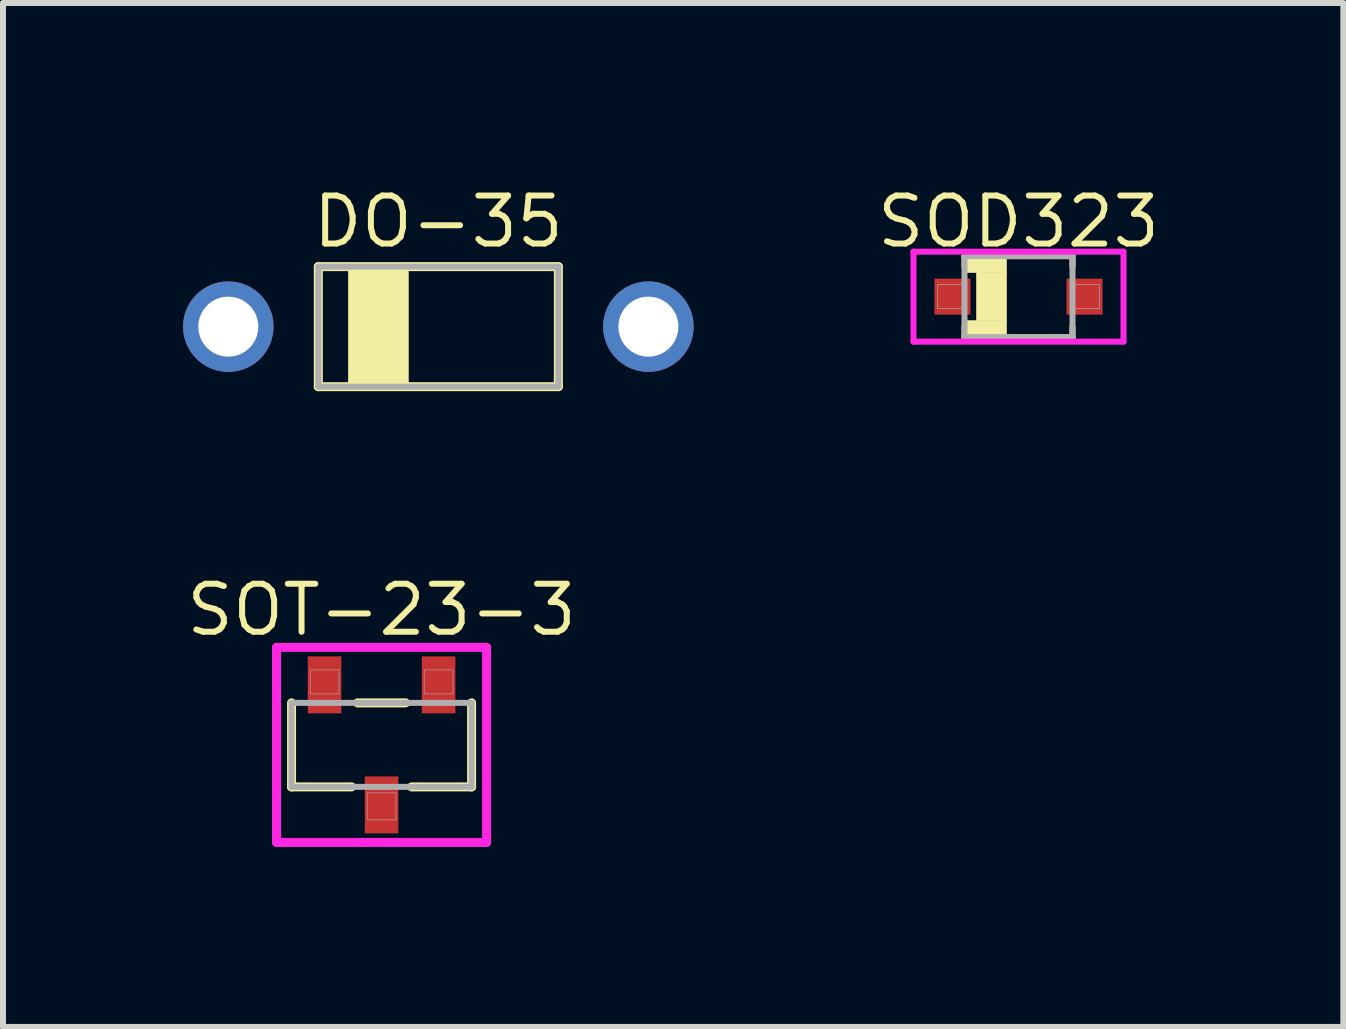
<source format=kicad_pcb>
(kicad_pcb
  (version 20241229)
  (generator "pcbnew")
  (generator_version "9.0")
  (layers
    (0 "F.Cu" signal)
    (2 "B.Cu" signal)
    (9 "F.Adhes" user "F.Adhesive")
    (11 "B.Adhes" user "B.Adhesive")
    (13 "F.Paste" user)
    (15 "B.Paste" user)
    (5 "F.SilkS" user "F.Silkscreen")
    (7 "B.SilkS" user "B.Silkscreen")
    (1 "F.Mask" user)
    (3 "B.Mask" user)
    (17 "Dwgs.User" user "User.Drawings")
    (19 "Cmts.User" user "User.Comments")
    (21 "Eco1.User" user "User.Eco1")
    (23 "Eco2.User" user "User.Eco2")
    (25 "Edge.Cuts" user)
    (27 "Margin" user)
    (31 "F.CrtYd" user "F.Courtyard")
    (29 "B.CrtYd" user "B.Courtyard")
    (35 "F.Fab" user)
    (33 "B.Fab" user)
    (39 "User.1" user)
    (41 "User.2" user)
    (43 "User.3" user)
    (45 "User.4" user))
  (footprint "SOD323"
    (layer "F.Cu")
    (at 13.921 1.893)
    (property "Reference" "SOD323" (at 0 -1.25 0) (layer "F.SilkS") (effects (font (size 0.8 0.8) (thickness 0.1))))
    (attr smd)
    (fp_line (start -0.9 -0.675) (end 0.9 -0.675) (stroke (width 0.1) (type solid)) (layer "F.SilkS"))
    (fp_line (start -0.9 -0.5) (end -0.9 -0.675) (stroke (width 0.1) (type solid)) (layer "F.SilkS"))
    (fp_line (start -0.9 0.5) (end -0.9 0.675) (stroke (width 0.1) (type solid)) (layer "F.SilkS"))
    (fp_line (start -0.9 0.675) (end 0.9 0.675) (stroke (width 0.1) (type solid)) (layer "F.SilkS"))
    (fp_line (start 0.9 -0.675) (end 0.9 -0.5) (stroke (width 0.1) (type solid)) (layer "F.SilkS"))
    (fp_line (start 0.9 0.675) (end 0.9 0.5) (stroke (width 0.1) (type solid)) (layer "F.SilkS"))
    (fp_poly (pts (xy -0.9 -0.7) (xy -0.2 -0.7) (xy -0.2 -0.4) (xy -0.9 -0.4)) (stroke (width 0.01) (type solid)) (fill yes) (layer "F.SilkS"))
    (fp_poly (pts (xy -0.9 0.4) (xy -0.2 0.4) (xy -0.2 0.7) (xy -0.9 0.7)) (stroke (width 0.01) (type solid)) (fill yes) (layer "F.SilkS"))
    (fp_poly (pts (xy -0.7 -0.4) (xy -0.2 -0.4) (xy -0.2 0.4) (xy -0.7 0.4)) (stroke (width 0.01) (type solid)) (fill yes) (layer "F.SilkS"))
    (fp_line (start -1.75 -0.75) (end -1.75 0.75) (stroke (width 0.1) (type solid)) (layer "F.CrtYd"))
    (fp_line (start -1.75 0.75) (end 1.75 0.75) (stroke (width 0.1) (type solid)) (layer "F.CrtYd"))
    (fp_line (start 1.75 -0.75) (end -1.75 -0.75) (stroke (width 0.1) (type solid)) (layer "F.CrtYd"))
    (fp_line (start 1.75 0.75) (end 1.75 -0.75) (stroke (width 0.1) (type solid)) (layer "F.CrtYd"))
    (fp_line (start -0.9 -0.675) (end -0.9 0.675) (stroke (width 0.1) (type solid)) (layer "F.Fab"))
    (fp_line (start -0.9 0.675) (end 0.9 0.675) (stroke (width 0.1) (type solid)) (layer "F.Fab"))
    (fp_line (start 0.9 -0.675) (end -0.9 -0.675) (stroke (width 0.1) (type solid)) (layer "F.Fab"))
    (fp_line (start 0.9 0.675) (end 0.9 -0.675) (stroke (width 0.1) (type solid)) (layer "F.Fab"))
    (fp_poly (pts (xy -1.35 -0.2) (xy -0.9 -0.2) (xy -0.9 0.2) (xy -1.35 0.2)) (stroke (width 0.01) (type solid)) (fill no) (layer "F.Fab"))
    (fp_poly (pts (xy 0.9 -0.2) (xy 1.35 -0.2) (xy 1.35 0.2) (xy 0.9 0.2)) (stroke (width 0.01) (type solid)) (fill no) (layer "F.Fab"))
    (pad "1" smd rect (at -1.1 0) (size 0.6 0.6) (layers "F.Cu" "F.Mask" "F.Paste"))
    (pad "2" smd rect (at 1.1 0) (size 0.6 0.6) (layers "F.Cu" "F.Mask" "F.Paste")))
  (footprint "SOT-23-3"
    (layer "F.Cu")
    (at 3.308 9.362)
    (property "Reference" "SOT-23-3" (at 0 -2.25 0) (layer "F.SilkS") (effects (font (size 0.8 0.8) (thickness 0.1))))
    (attr smd)
    (fp_line (start -1.5 -0.7) (end -1.5 0.7) (stroke (width 0.15) (type solid)) (layer "F.SilkS"))
    (fp_line (start -1.5 0.7) (end -0.5 0.7) (stroke (width 0.15) (type solid)) (layer "F.SilkS"))
    (fp_line (start -0.4 -0.7) (end 0.4 -0.7) (stroke (width 0.15) (type solid)) (layer "F.SilkS"))
    (fp_line (start 0.5 0.7) (end 1.5 0.7) (stroke (width 0.15) (type solid)) (layer "F.SilkS"))
    (fp_line (start 1.5 0.7) (end 1.5 -0.7) (stroke (width 0.15) (type solid)) (layer "F.SilkS"))
    (fp_line (start -1.75 -1.625) (end -1.75 1.625) (stroke (width 0.15) (type solid)) (layer "F.CrtYd"))
    (fp_line (start -1.75 1.625) (end 1.75 1.625) (stroke (width 0.15) (type solid)) (layer "F.CrtYd"))
    (fp_line (start 1.75 -1.625) (end -1.75 -1.625) (stroke (width 0.15) (type solid)) (layer "F.CrtYd"))
    (fp_line (start 1.75 1.625) (end 1.75 -1.625) (stroke (width 0.15) (type solid)) (layer "F.CrtYd"))
    (fp_line (start -1.5 -0.7) (end 1.5 -0.7) (stroke (width 0.1) (type solid)) (layer "F.Fab"))
    (fp_line (start -1.5 0.7) (end -1.5 -0.7) (stroke (width 0.1) (type solid)) (layer "F.Fab"))
    (fp_line (start 1.5 -0.7) (end 1.5 0.7) (stroke (width 0.1) (type solid)) (layer "F.Fab"))
    (fp_line (start 1.5 0.7) (end -1.5 0.7) (stroke (width 0.1) (type solid)) (layer "F.Fab"))
    (fp_poly (pts (xy -1.19 -1.25) (xy -0.71 -1.25) (xy -0.71 -0.85) (xy -1.19 -0.85)) (stroke (width 0.01) (type solid)) (fill no) (layer "F.Fab"))
    (fp_poly (pts (xy -0.24 0.8) (xy 0.24 0.8) (xy 0.24 1.25) (xy -0.24 1.25)) (stroke (width 0.01) (type solid)) (fill no) (layer "F.Fab"))
    (fp_poly (pts (xy 0.71 -1.25) (xy 1.19 -1.25) (xy 1.19 -0.85) (xy 0.71 -0.85)) (stroke (width 0.01) (type solid)) (fill no) (layer "F.Fab"))
    (pad "1" smd rect (at 0.95 -1) (size 0.56 0.95) (layers "F.Cu" "F.Mask" "F.Paste"))
    (pad "2" smd rect (at -0.95 -1) (size 0.56 0.95) (layers "F.Cu" "F.Mask" "F.Paste"))
    (pad "3" smd rect (at 0 1) (size 0.56 0.95) (layers "F.Cu" "F.Mask" "F.Paste")))
  (footprint "DO-35"
    (layer "F.Cu")
    (at 4.254 2.393)
    (property "Reference" "DO-35" (at 0 -1.75 0) (layer "F.SilkS") (effects (font (size 0.8 0.8) (thickness 0.1))))
    (attr through_hole)
    (fp_line (start -2 -1) (end -2 1) (stroke (width 0.15) (type solid)) (layer "F.SilkS"))
    (fp_line (start -2 1) (end 2 1) (stroke (width 0.15) (type solid)) (layer "F.SilkS"))
    (fp_line (start 2 -1) (end -2 -1) (stroke (width 0.15) (type solid)) (layer "F.SilkS"))
    (fp_line (start 2 1) (end 2 -1) (stroke (width 0.15) (type solid)) (layer "F.SilkS"))
    (fp_poly (pts (xy -1.5 -1) (xy -0.5 -1) (xy -0.5 1) (xy -1.5 1)) (stroke (width 0.01) (type solid)) (fill yes) (layer "F.SilkS"))
    (fp_line (start -2 -1) (end -2 1) (stroke (width 0.1) (type solid)) (layer "F.Fab"))
    (fp_line (start -2 1) (end 2 1) (stroke (width 0.1) (type solid)) (layer "F.Fab"))
    (fp_line (start 2 -1) (end -2 -1) (stroke (width 0.1) (type solid)) (layer "F.Fab"))
    (fp_line (start 2 1) (end 2 -1) (stroke (width 0.1) (type solid)) (layer "F.Fab"))
    (pad "1" thru_hole circle (at -3.5 0) (size 1.508 1.508) (drill 1) (layers "*.Cu" "*.Mask"))
    (pad "2" thru_hole circle (at 3.5 0) (size 1.508 1.508) (drill 1) (layers "*.Cu" "*.Mask")))
  (gr_rect
    (start -3 -3)
    (end 19.334 14.062)
    (stroke (width 0.1) (type default))
    (fill no)
    (layer "Edge.Cuts")))
</source>
